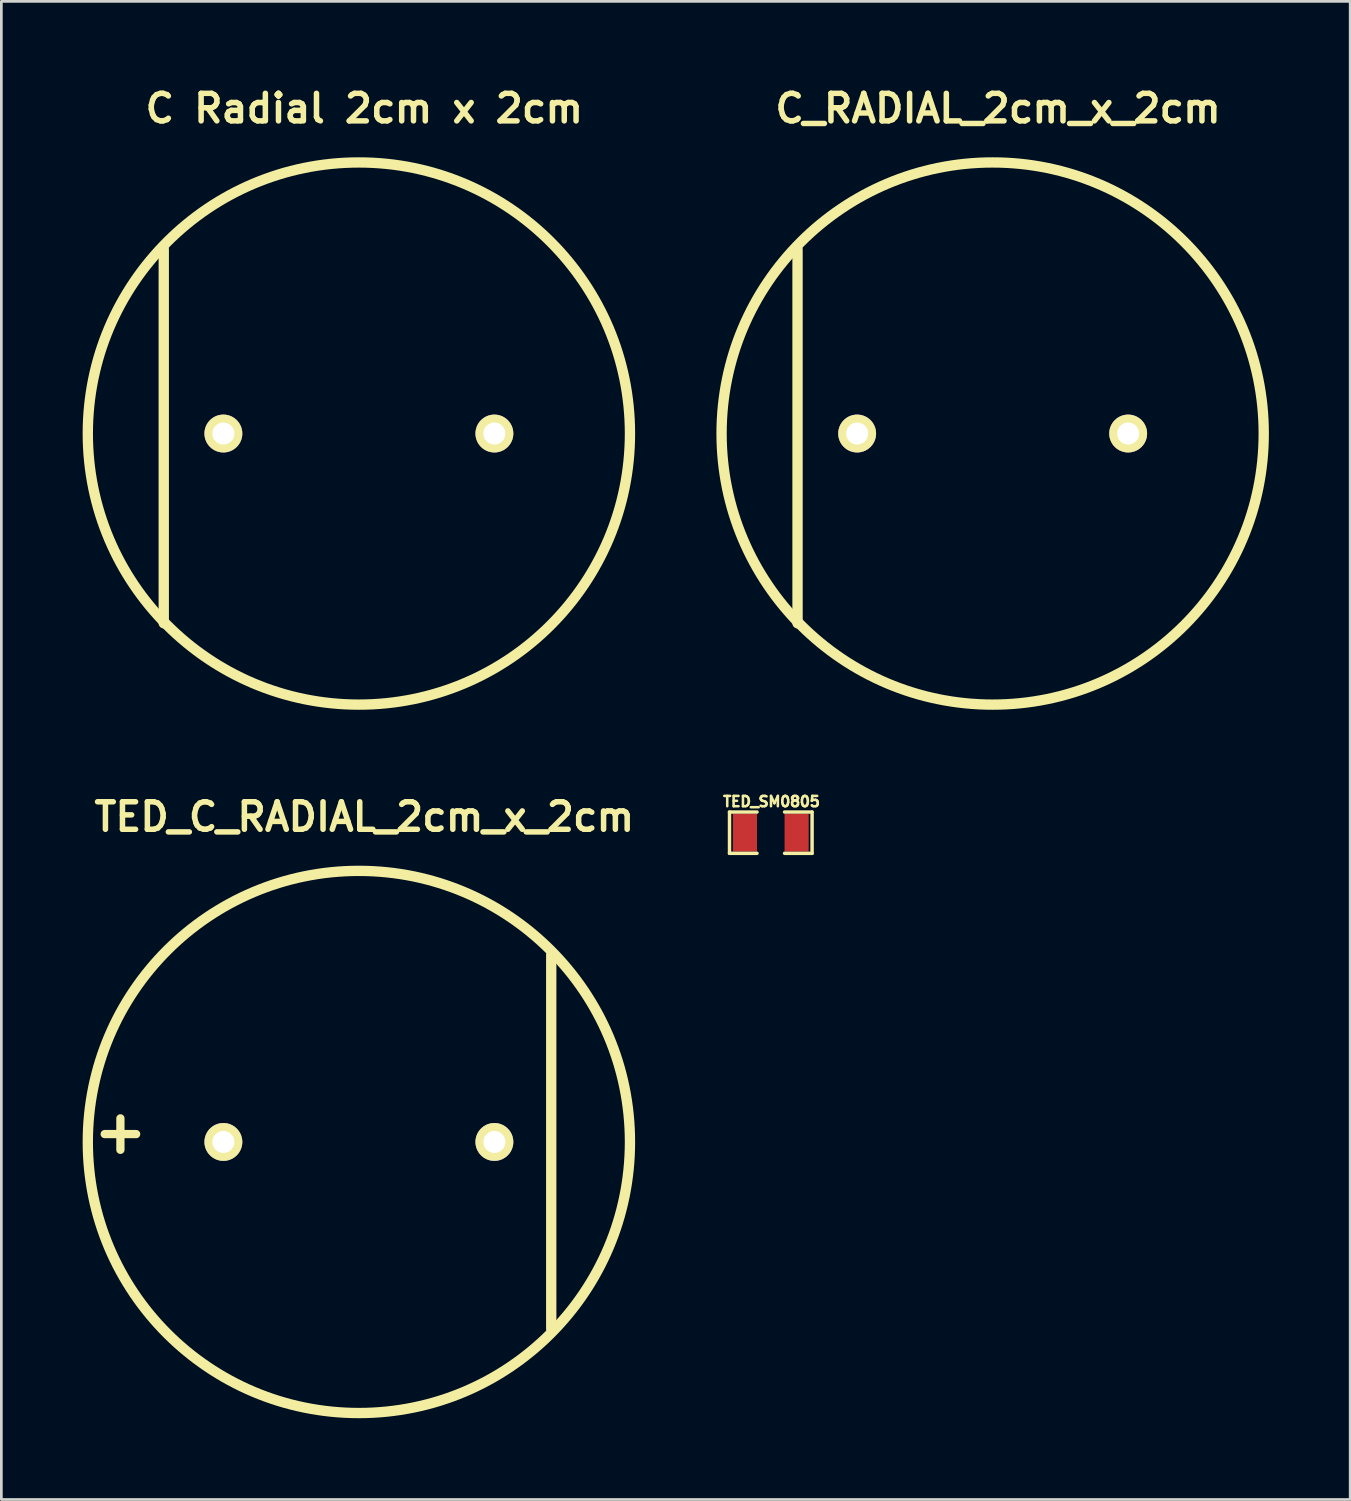
<source format=kicad_pcb>
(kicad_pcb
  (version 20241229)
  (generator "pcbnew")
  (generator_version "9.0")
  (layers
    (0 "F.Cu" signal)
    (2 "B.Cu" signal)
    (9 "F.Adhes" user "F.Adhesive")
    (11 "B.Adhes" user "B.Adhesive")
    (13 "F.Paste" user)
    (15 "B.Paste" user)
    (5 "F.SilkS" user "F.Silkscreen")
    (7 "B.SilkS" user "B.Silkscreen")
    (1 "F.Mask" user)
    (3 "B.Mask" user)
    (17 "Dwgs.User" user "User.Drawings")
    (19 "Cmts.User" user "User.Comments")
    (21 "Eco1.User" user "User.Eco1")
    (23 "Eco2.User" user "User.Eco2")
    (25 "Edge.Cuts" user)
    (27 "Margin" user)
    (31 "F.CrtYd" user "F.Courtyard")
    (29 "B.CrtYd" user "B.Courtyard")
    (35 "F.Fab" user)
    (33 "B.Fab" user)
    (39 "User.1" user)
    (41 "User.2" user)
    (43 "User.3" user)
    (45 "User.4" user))
  (footprint "C_RADIAL_2cm_x_2cm"
    (layer "F.Cu")
    (at 33.585 12.95)
    (property "Reference" "C_RADIAL_2cm_x_2cm" (at 0.201 -11.999 0) (layer "F.SilkS") (effects (font (size 1.016 1.016) (thickness 0.203))))
    (attr through_hole)
    (fp_line (start -7.201 -6.8) (end -7.201 7.003) (stroke (width 0.381) (type solid)) (layer "F.SilkS"))
    (fp_circle (center 0 0) (end 10 0.3) (stroke (width 0.381) (type solid)) (fill no) (layer "F.SilkS"))
    (pad "1" thru_hole circle (at -5.001 0) (size 1.397 1.397) (drill 0.813) (layers "*.Cu" "*.Mask" "F.SilkS"))
    (pad "2" thru_hole circle (at 5.001 0) (size 1.397 1.397) (drill 0.813) (layers "*.Cu" "*.Mask" "F.SilkS")))
  (footprint "C Radial 2cm x 2cm"
    (layer "F.Cu")
    (at 10.195 12.95)
    (property "Reference" "C Radial 2cm x 2cm" (at 0.201 -11.999 0) (layer "F.SilkS") (effects (font (size 1.016 1.016) (thickness 0.203))))
    (attr through_hole)
    (fp_line (start -7.201 -6.8) (end -7.201 7.003) (stroke (width 0.381) (type solid)) (layer "F.SilkS"))
    (fp_circle (center 0 0) (end 10 0.3) (stroke (width 0.381) (type solid)) (fill no) (layer "F.SilkS"))
    (pad "1" thru_hole circle (at -5.001 0) (size 1.397 1.397) (drill 0.813) (layers "*.Cu" "*.Mask" "F.SilkS"))
    (pad "2" thru_hole circle (at 5.001 0) (size 1.397 1.397) (drill 0.813) (layers "*.Cu" "*.Mask" "F.SilkS")))
  (footprint "TED_SM0805"
    (layer "F.Cu")
    (at 25.397 27.681)
    (property "Reference" "TED_SM0805" (at 0.025 -1.148 0) (layer "F.SilkS") (effects (font (size 0.381 0.381) (thickness 0.094))))
    (attr smd)
    (fp_line (start -1.524 -0.762) (end -0.508 -0.762) (stroke (width 0.127) (type solid)) (layer "F.SilkS"))
    (fp_line (start -1.524 0.762) (end -1.524 -0.762) (stroke (width 0.127) (type solid)) (layer "F.SilkS"))
    (fp_line (start -0.508 0.762) (end -1.524 0.762) (stroke (width 0.127) (type solid)) (layer "F.SilkS"))
    (fp_line (start 0.508 -0.762) (end 1.524 -0.762) (stroke (width 0.127) (type solid)) (layer "F.SilkS"))
    (fp_line (start 1.524 -0.762) (end 1.524 0.762) (stroke (width 0.127) (type solid)) (layer "F.SilkS"))
    (fp_line (start 1.524 0.762) (end 0.508 0.762) (stroke (width 0.127) (type solid)) (layer "F.SilkS"))
    (pad "1" smd rect (at -0.953 0) (size 0.889 1.397) (layers "F.Cu" "F.Mask" "F.Paste"))
    (pad "2" smd rect (at 0.953 0) (size 0.889 1.397) (layers "F.Cu" "F.Mask" "F.Paste")))
  (footprint "TED_C_RADIAL_2cm_x_2cm"
    (layer "F.Cu")
    (at 10.195 39.095)
    (property "Reference" "TED_C_RADIAL_2cm_x_2cm" (at 0.201 -11.999 0) (layer "F.SilkS") (effects (font (size 1.016 1.016) (thickness 0.203))))
    (attr through_hole)
    (fp_line (start 7.099 -6.901) (end 7.099 6.901) (stroke (width 0.381) (type solid)) (layer "F.SilkS"))
    (fp_circle (center 0 0) (end 10 0.3) (stroke (width 0.381) (type solid)) (fill no) (layer "F.SilkS"))
    (fp_text user "+" (at -8.801 -0.399 0) (layer "F.SilkS") (effects (font (size 1.524 1.524) (thickness 0.305))))
    (pad "1" thru_hole circle (at -5.001 0) (size 1.397 1.397) (drill 0.813) (layers "*.Cu" "*.Mask" "F.SilkS"))
    (pad "2" thru_hole circle (at 5.001 0) (size 1.397 1.397) (drill 0.813) (layers "*.Cu" "*.Mask" "F.SilkS")))
  (gr_rect
    (start -3 -3)
    (end 46.78 52.29)
    (stroke (width 0.1) (type default))
    (fill no)
    (layer "Edge.Cuts")))
</source>
